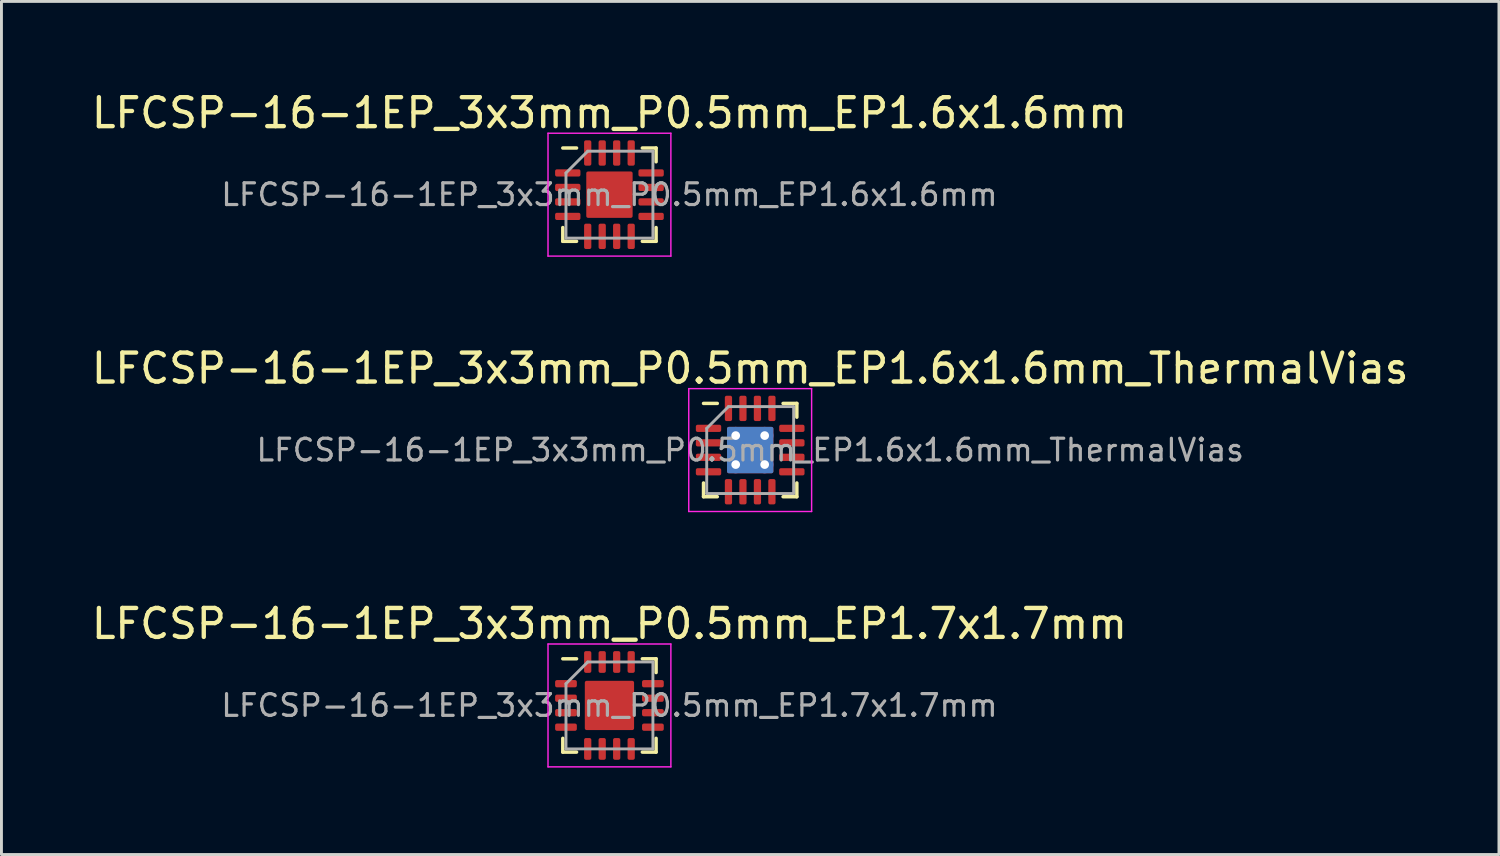
<source format=kicad_pcb>
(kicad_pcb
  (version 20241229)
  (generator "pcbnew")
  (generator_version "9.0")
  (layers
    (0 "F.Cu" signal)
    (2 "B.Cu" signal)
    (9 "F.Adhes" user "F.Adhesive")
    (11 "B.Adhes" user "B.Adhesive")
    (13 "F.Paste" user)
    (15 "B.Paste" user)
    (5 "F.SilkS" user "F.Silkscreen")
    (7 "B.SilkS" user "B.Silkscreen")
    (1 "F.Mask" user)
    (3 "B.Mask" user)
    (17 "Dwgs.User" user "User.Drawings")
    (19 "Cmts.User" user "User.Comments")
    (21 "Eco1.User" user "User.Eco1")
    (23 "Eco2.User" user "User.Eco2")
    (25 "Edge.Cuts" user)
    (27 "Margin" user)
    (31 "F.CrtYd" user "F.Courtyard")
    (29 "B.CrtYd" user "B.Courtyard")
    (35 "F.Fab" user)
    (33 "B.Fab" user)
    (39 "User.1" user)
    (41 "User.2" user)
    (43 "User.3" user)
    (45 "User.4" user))
  (footprint "LFCSP-16-1EP_3x3mm_P0.5mm_EP1.7x1.7mm"
    (layer "F.Cu")
    (at 17.982 21.295)
    (property "Reference" "LFCSP-16-1EP_3x3mm_P0.5mm_EP1.7x1.7mm" (at 0 -2.82 0) (layer "F.SilkS") (effects (font (size 1 1) (thickness 0.15))))
    (attr smd)
    (fp_line (start -1.61 1.61) (end -1.61 1.135) (stroke (width 0.12) (type solid)) (layer "F.SilkS"))
    (fp_line (start -1.135 -1.61) (end -1.61 -1.61) (stroke (width 0.12) (type solid)) (layer "F.SilkS"))
    (fp_line (start -1.135 1.61) (end -1.61 1.61) (stroke (width 0.12) (type solid)) (layer "F.SilkS"))
    (fp_line (start 1.135 -1.61) (end 1.61 -1.61) (stroke (width 0.12) (type solid)) (layer "F.SilkS"))
    (fp_line (start 1.135 1.61) (end 1.61 1.61) (stroke (width 0.12) (type solid)) (layer "F.SilkS"))
    (fp_line (start 1.61 -1.61) (end 1.61 -1.135) (stroke (width 0.12) (type solid)) (layer "F.SilkS"))
    (fp_line (start 1.61 1.61) (end 1.61 1.135) (stroke (width 0.12) (type solid)) (layer "F.SilkS"))
    (fp_line (start -2.12 -2.12) (end -2.12 2.12) (stroke (width 0.05) (type solid)) (layer "F.CrtYd"))
    (fp_line (start -2.12 2.12) (end 2.12 2.12) (stroke (width 0.05) (type solid)) (layer "F.CrtYd"))
    (fp_line (start 2.12 -2.12) (end -2.12 -2.12) (stroke (width 0.05) (type solid)) (layer "F.CrtYd"))
    (fp_line (start 2.12 2.12) (end 2.12 -2.12) (stroke (width 0.05) (type solid)) (layer "F.CrtYd"))
    (fp_line (start -1.5 -0.75) (end -0.75 -1.5) (stroke (width 0.1) (type solid)) (layer "F.Fab"))
    (fp_line (start -1.5 1.5) (end -1.5 -0.75) (stroke (width 0.1) (type solid)) (layer "F.Fab"))
    (fp_line (start -0.75 -1.5) (end 1.5 -1.5) (stroke (width 0.1) (type solid)) (layer "F.Fab"))
    (fp_line (start 1.5 -1.5) (end 1.5 1.5) (stroke (width 0.1) (type solid)) (layer "F.Fab"))
    (fp_line (start 1.5 1.5) (end -1.5 1.5) (stroke (width 0.1) (type solid)) (layer "F.Fab"))
    (fp_text user "${REFERENCE}" (at 0 0 0) (layer "F.Fab") (effects (font (size 0.75 0.75) (thickness 0.11))))
    (pad "" smd roundrect (at -0.425 -0.425) (size 0.69 0.69) (layers "F.Paste") (roundrect_rratio 0.25))
    (pad "" smd roundrect (at -0.425 0.425) (size 0.69 0.69) (layers "F.Paste") (roundrect_rratio 0.25))
    (pad "" smd roundrect (at 0.425 -0.425) (size 0.69 0.69) (layers "F.Paste") (roundrect_rratio 0.25))
    (pad "" smd roundrect (at 0.425 0.425) (size 0.69 0.69) (layers "F.Paste") (roundrect_rratio 0.25))
    (pad "1" smd roundrect (at -1.5 -0.75) (size 0.75 0.25) (layers "F.Cu" "F.Mask" "F.Paste") (roundrect_rratio 0.25))
    (pad "2" smd roundrect (at -1.5 -0.25) (size 0.75 0.25) (layers "F.Cu" "F.Mask" "F.Paste") (roundrect_rratio 0.25))
    (pad "3" smd roundrect (at -1.5 0.25) (size 0.75 0.25) (layers "F.Cu" "F.Mask" "F.Paste") (roundrect_rratio 0.25))
    (pad "4" smd roundrect (at -1.5 0.75) (size 0.75 0.25) (layers "F.Cu" "F.Mask" "F.Paste") (roundrect_rratio 0.25))
    (pad "5" smd roundrect (at -0.75 1.5) (size 0.25 0.75) (layers "F.Cu" "F.Mask" "F.Paste") (roundrect_rratio 0.25))
    (pad "6" smd roundrect (at -0.25 1.5) (size 0.25 0.75) (layers "F.Cu" "F.Mask" "F.Paste") (roundrect_rratio 0.25))
    (pad "7" smd roundrect (at 0.25 1.5) (size 0.25 0.75) (layers "F.Cu" "F.Mask" "F.Paste") (roundrect_rratio 0.25))
    (pad "8" smd roundrect (at 0.75 1.5) (size 0.25 0.75) (layers "F.Cu" "F.Mask" "F.Paste") (roundrect_rratio 0.25))
    (pad "9" smd roundrect (at 1.5 0.75) (size 0.75 0.25) (layers "F.Cu" "F.Mask" "F.Paste") (roundrect_rratio 0.25))
    (pad "10" smd roundrect (at 1.5 0.25) (size 0.75 0.25) (layers "F.Cu" "F.Mask" "F.Paste") (roundrect_rratio 0.25))
    (pad "11" smd roundrect (at 1.5 -0.25) (size 0.75 0.25) (layers "F.Cu" "F.Mask" "F.Paste") (roundrect_rratio 0.25))
    (pad "12" smd roundrect (at 1.5 -0.75) (size 0.75 0.25) (layers "F.Cu" "F.Mask" "F.Paste") (roundrect_rratio 0.25))
    (pad "13" smd roundrect (at 0.75 -1.5) (size 0.25 0.75) (layers "F.Cu" "F.Mask" "F.Paste") (roundrect_rratio 0.25))
    (pad "14" smd roundrect (at 0.25 -1.5) (size 0.25 0.75) (layers "F.Cu" "F.Mask" "F.Paste") (roundrect_rratio 0.25))
    (pad "15" smd roundrect (at -0.25 -1.5) (size 0.25 0.75) (layers "F.Cu" "F.Mask" "F.Paste") (roundrect_rratio 0.25))
    (pad "16" smd roundrect (at -0.75 -1.5) (size 0.25 0.75) (layers "F.Cu" "F.Mask" "F.Paste") (roundrect_rratio 0.25))
    (pad "17" smd roundrect (at 0 0) (size 1.7 1.7) (layers "F.Cu" "F.Mask") (roundrect_rratio 0.037)))
  (footprint "LFCSP-16-1EP_3x3mm_P0.5mm_EP1.6x1.6mm_ThermalVias"
    (layer "F.Cu")
    (at 22.839 12.482)
    (property "Reference" "LFCSP-16-1EP_3x3mm_P0.5mm_EP1.6x1.6mm_ThermalVias" (at 0 -2.82 0) (layer "F.SilkS") (effects (font (size 1 1) (thickness 0.15))))
    (attr smd)
    (fp_line (start -1.61 1.61) (end -1.61 1.135) (stroke (width 0.12) (type solid)) (layer "F.SilkS"))
    (fp_line (start -1.135 -1.61) (end -1.61 -1.61) (stroke (width 0.12) (type solid)) (layer "F.SilkS"))
    (fp_line (start -1.135 1.61) (end -1.61 1.61) (stroke (width 0.12) (type solid)) (layer "F.SilkS"))
    (fp_line (start 1.135 -1.61) (end 1.61 -1.61) (stroke (width 0.12) (type solid)) (layer "F.SilkS"))
    (fp_line (start 1.135 1.61) (end 1.61 1.61) (stroke (width 0.12) (type solid)) (layer "F.SilkS"))
    (fp_line (start 1.61 -1.61) (end 1.61 -1.135) (stroke (width 0.12) (type solid)) (layer "F.SilkS"))
    (fp_line (start 1.61 1.61) (end 1.61 1.135) (stroke (width 0.12) (type solid)) (layer "F.SilkS"))
    (fp_line (start -2.12 -2.12) (end -2.12 2.12) (stroke (width 0.05) (type solid)) (layer "F.CrtYd"))
    (fp_line (start -2.12 2.12) (end 2.12 2.12) (stroke (width 0.05) (type solid)) (layer "F.CrtYd"))
    (fp_line (start 2.12 -2.12) (end -2.12 -2.12) (stroke (width 0.05) (type solid)) (layer "F.CrtYd"))
    (fp_line (start 2.12 2.12) (end 2.12 -2.12) (stroke (width 0.05) (type solid)) (layer "F.CrtYd"))
    (fp_line (start -1.5 -0.75) (end -0.75 -1.5) (stroke (width 0.1) (type solid)) (layer "F.Fab"))
    (fp_line (start -1.5 1.5) (end -1.5 -0.75) (stroke (width 0.1) (type solid)) (layer "F.Fab"))
    (fp_line (start -0.75 -1.5) (end 1.5 -1.5) (stroke (width 0.1) (type solid)) (layer "F.Fab"))
    (fp_line (start 1.5 -1.5) (end 1.5 1.5) (stroke (width 0.1) (type solid)) (layer "F.Fab"))
    (fp_line (start 1.5 1.5) (end -1.5 1.5) (stroke (width 0.1) (type solid)) (layer "F.Fab"))
    (fp_text user "${REFERENCE}" (at 0 0 0) (layer "F.Fab") (effects (font (size 0.75 0.75) (thickness 0.11))))
    (pad "" smd roundrect (at -0.4 -0.4) (size 0.69 0.69) (layers "F.Paste") (roundrect_rratio 0.25))
    (pad "" smd roundrect (at -0.4 0.4) (size 0.69 0.69) (layers "F.Paste") (roundrect_rratio 0.25))
    (pad "" smd roundrect (at 0.4 -0.4) (size 0.69 0.69) (layers "F.Paste") (roundrect_rratio 0.25))
    (pad "" smd roundrect (at 0.4 0.4) (size 0.69 0.69) (layers "F.Paste") (roundrect_rratio 0.25))
    (pad "1" smd roundrect (at -1.438 -0.75) (size 0.875 0.25) (layers "F.Cu" "F.Mask" "F.Paste") (roundrect_rratio 0.25))
    (pad "2" smd roundrect (at -1.438 -0.25) (size 0.875 0.25) (layers "F.Cu" "F.Mask" "F.Paste") (roundrect_rratio 0.25))
    (pad "3" smd roundrect (at -1.438 0.25) (size 0.875 0.25) (layers "F.Cu" "F.Mask" "F.Paste") (roundrect_rratio 0.25))
    (pad "4" smd roundrect (at -1.438 0.75) (size 0.875 0.25) (layers "F.Cu" "F.Mask" "F.Paste") (roundrect_rratio 0.25))
    (pad "5" smd roundrect (at -0.75 1.438) (size 0.25 0.875) (layers "F.Cu" "F.Mask" "F.Paste") (roundrect_rratio 0.25))
    (pad "6" smd roundrect (at -0.25 1.438) (size 0.25 0.875) (layers "F.Cu" "F.Mask" "F.Paste") (roundrect_rratio 0.25))
    (pad "7" smd roundrect (at 0.25 1.438) (size 0.25 0.875) (layers "F.Cu" "F.Mask" "F.Paste") (roundrect_rratio 0.25))
    (pad "8" smd roundrect (at 0.75 1.438) (size 0.25 0.875) (layers "F.Cu" "F.Mask" "F.Paste") (roundrect_rratio 0.25))
    (pad "9" smd roundrect (at 1.438 0.75) (size 0.875 0.25) (layers "F.Cu" "F.Mask" "F.Paste") (roundrect_rratio 0.25))
    (pad "10" smd roundrect (at 1.438 0.25) (size 0.875 0.25) (layers "F.Cu" "F.Mask" "F.Paste") (roundrect_rratio 0.25))
    (pad "11" smd roundrect (at 1.438 -0.25) (size 0.875 0.25) (layers "F.Cu" "F.Mask" "F.Paste") (roundrect_rratio 0.25))
    (pad "12" smd roundrect (at 1.438 -0.75) (size 0.875 0.25) (layers "F.Cu" "F.Mask" "F.Paste") (roundrect_rratio 0.25))
    (pad "13" smd roundrect (at 0.75 -1.438) (size 0.25 0.875) (layers "F.Cu" "F.Mask" "F.Paste") (roundrect_rratio 0.25))
    (pad "14" smd roundrect (at 0.25 -1.438) (size 0.25 0.875) (layers "F.Cu" "F.Mask" "F.Paste") (roundrect_rratio 0.25))
    (pad "15" smd roundrect (at -0.25 -1.438) (size 0.25 0.875) (layers "F.Cu" "F.Mask" "F.Paste") (roundrect_rratio 0.25))
    (pad "16" smd roundrect (at -0.75 -1.438) (size 0.25 0.875) (layers "F.Cu" "F.Mask" "F.Paste") (roundrect_rratio 0.25))
    (pad "17" thru_hole circle (at -0.5 -0.5) (size 0.6 0.6) (drill 0.3) (layers "*.Cu"))
    (pad "17" thru_hole circle (at -0.5 0.5) (size 0.6 0.6) (drill 0.3) (layers "*.Cu"))
    (pad "17" smd roundrect (at 0 0) (size 1.6 1.6) (layers "F.Cu" "F.Mask") (roundrect_rratio 0.039))
    (pad "17" smd roundrect (at 0 0) (size 1.6 1.6) (layers "B.Cu") (roundrect_rratio 0.039))
    (pad "17" thru_hole circle (at 0.5 -0.5) (size 0.6 0.6) (drill 0.3) (layers "*.Cu"))
    (pad "17" thru_hole circle (at 0.5 0.5) (size 0.6 0.6) (drill 0.3) (layers "*.Cu")))
  (footprint "LFCSP-16-1EP_3x3mm_P0.5mm_EP1.6x1.6mm"
    (layer "F.Cu")
    (at 17.982 3.668)
    (property "Reference" "LFCSP-16-1EP_3x3mm_P0.5mm_EP1.6x1.6mm" (at 0 -2.82 0) (layer "F.SilkS") (effects (font (size 1 1) (thickness 0.15))))
    (attr smd)
    (fp_line (start -1.61 1.61) (end -1.61 1.135) (stroke (width 0.12) (type solid)) (layer "F.SilkS"))
    (fp_line (start -1.135 -1.61) (end -1.61 -1.61) (stroke (width 0.12) (type solid)) (layer "F.SilkS"))
    (fp_line (start -1.135 1.61) (end -1.61 1.61) (stroke (width 0.12) (type solid)) (layer "F.SilkS"))
    (fp_line (start 1.135 -1.61) (end 1.61 -1.61) (stroke (width 0.12) (type solid)) (layer "F.SilkS"))
    (fp_line (start 1.135 1.61) (end 1.61 1.61) (stroke (width 0.12) (type solid)) (layer "F.SilkS"))
    (fp_line (start 1.61 -1.61) (end 1.61 -1.135) (stroke (width 0.12) (type solid)) (layer "F.SilkS"))
    (fp_line (start 1.61 1.61) (end 1.61 1.135) (stroke (width 0.12) (type solid)) (layer "F.SilkS"))
    (fp_line (start -2.12 -2.12) (end -2.12 2.12) (stroke (width 0.05) (type solid)) (layer "F.CrtYd"))
    (fp_line (start -2.12 2.12) (end 2.12 2.12) (stroke (width 0.05) (type solid)) (layer "F.CrtYd"))
    (fp_line (start 2.12 -2.12) (end -2.12 -2.12) (stroke (width 0.05) (type solid)) (layer "F.CrtYd"))
    (fp_line (start 2.12 2.12) (end 2.12 -2.12) (stroke (width 0.05) (type solid)) (layer "F.CrtYd"))
    (fp_line (start -1.5 -0.75) (end -0.75 -1.5) (stroke (width 0.1) (type solid)) (layer "F.Fab"))
    (fp_line (start -1.5 1.5) (end -1.5 -0.75) (stroke (width 0.1) (type solid)) (layer "F.Fab"))
    (fp_line (start -0.75 -1.5) (end 1.5 -1.5) (stroke (width 0.1) (type solid)) (layer "F.Fab"))
    (fp_line (start 1.5 -1.5) (end 1.5 1.5) (stroke (width 0.1) (type solid)) (layer "F.Fab"))
    (fp_line (start 1.5 1.5) (end -1.5 1.5) (stroke (width 0.1) (type solid)) (layer "F.Fab"))
    (fp_text user "${REFERENCE}" (at 0 0 0) (layer "F.Fab") (effects (font (size 0.75 0.75) (thickness 0.11))))
    (pad "" smd roundrect (at -0.4 -0.4) (size 0.64 0.64) (layers "F.Paste") (roundrect_rratio 0.25))
    (pad "" smd roundrect (at -0.4 0.4) (size 0.64 0.64) (layers "F.Paste") (roundrect_rratio 0.25))
    (pad "" smd roundrect (at 0.4 -0.4) (size 0.64 0.64) (layers "F.Paste") (roundrect_rratio 0.25))
    (pad "" smd roundrect (at 0.4 0.4) (size 0.64 0.64) (layers "F.Paste") (roundrect_rratio 0.25))
    (pad "1" smd roundrect (at -1.438 -0.75) (size 0.875 0.25) (layers "F.Cu" "F.Mask" "F.Paste") (roundrect_rratio 0.25))
    (pad "2" smd roundrect (at -1.438 -0.25) (size 0.875 0.25) (layers "F.Cu" "F.Mask" "F.Paste") (roundrect_rratio 0.25))
    (pad "3" smd roundrect (at -1.438 0.25) (size 0.875 0.25) (layers "F.Cu" "F.Mask" "F.Paste") (roundrect_rratio 0.25))
    (pad "4" smd roundrect (at -1.438 0.75) (size 0.875 0.25) (layers "F.Cu" "F.Mask" "F.Paste") (roundrect_rratio 0.25))
    (pad "5" smd roundrect (at -0.75 1.438) (size 0.25 0.875) (layers "F.Cu" "F.Mask" "F.Paste") (roundrect_rratio 0.25))
    (pad "6" smd roundrect (at -0.25 1.438) (size 0.25 0.875) (layers "F.Cu" "F.Mask" "F.Paste") (roundrect_rratio 0.25))
    (pad "7" smd roundrect (at 0.25 1.438) (size 0.25 0.875) (layers "F.Cu" "F.Mask" "F.Paste") (roundrect_rratio 0.25))
    (pad "8" smd roundrect (at 0.75 1.438) (size 0.25 0.875) (layers "F.Cu" "F.Mask" "F.Paste") (roundrect_rratio 0.25))
    (pad "9" smd roundrect (at 1.438 0.75) (size 0.875 0.25) (layers "F.Cu" "F.Mask" "F.Paste") (roundrect_rratio 0.25))
    (pad "10" smd roundrect (at 1.438 0.25) (size 0.875 0.25) (layers "F.Cu" "F.Mask" "F.Paste") (roundrect_rratio 0.25))
    (pad "11" smd roundrect (at 1.438 -0.25) (size 0.875 0.25) (layers "F.Cu" "F.Mask" "F.Paste") (roundrect_rratio 0.25))
    (pad "12" smd roundrect (at 1.438 -0.75) (size 0.875 0.25) (layers "F.Cu" "F.Mask" "F.Paste") (roundrect_rratio 0.25))
    (pad "13" smd roundrect (at 0.75 -1.438) (size 0.25 0.875) (layers "F.Cu" "F.Mask" "F.Paste") (roundrect_rratio 0.25))
    (pad "14" smd roundrect (at 0.25 -1.438) (size 0.25 0.875) (layers "F.Cu" "F.Mask" "F.Paste") (roundrect_rratio 0.25))
    (pad "15" smd roundrect (at -0.25 -1.438) (size 0.25 0.875) (layers "F.Cu" "F.Mask" "F.Paste") (roundrect_rratio 0.25))
    (pad "16" smd roundrect (at -0.75 -1.438) (size 0.25 0.875) (layers "F.Cu" "F.Mask" "F.Paste") (roundrect_rratio 0.25))
    (pad "17" smd roundrect (at 0 0) (size 1.6 1.6) (layers "F.Cu" "F.Mask") (roundrect_rratio 0.039)))
  (gr_rect
    (start -3 -3)
    (end 48.679 26.44)
    (stroke (width 0.1) (type default))
    (fill no)
    (layer "Edge.Cuts")))
</source>
